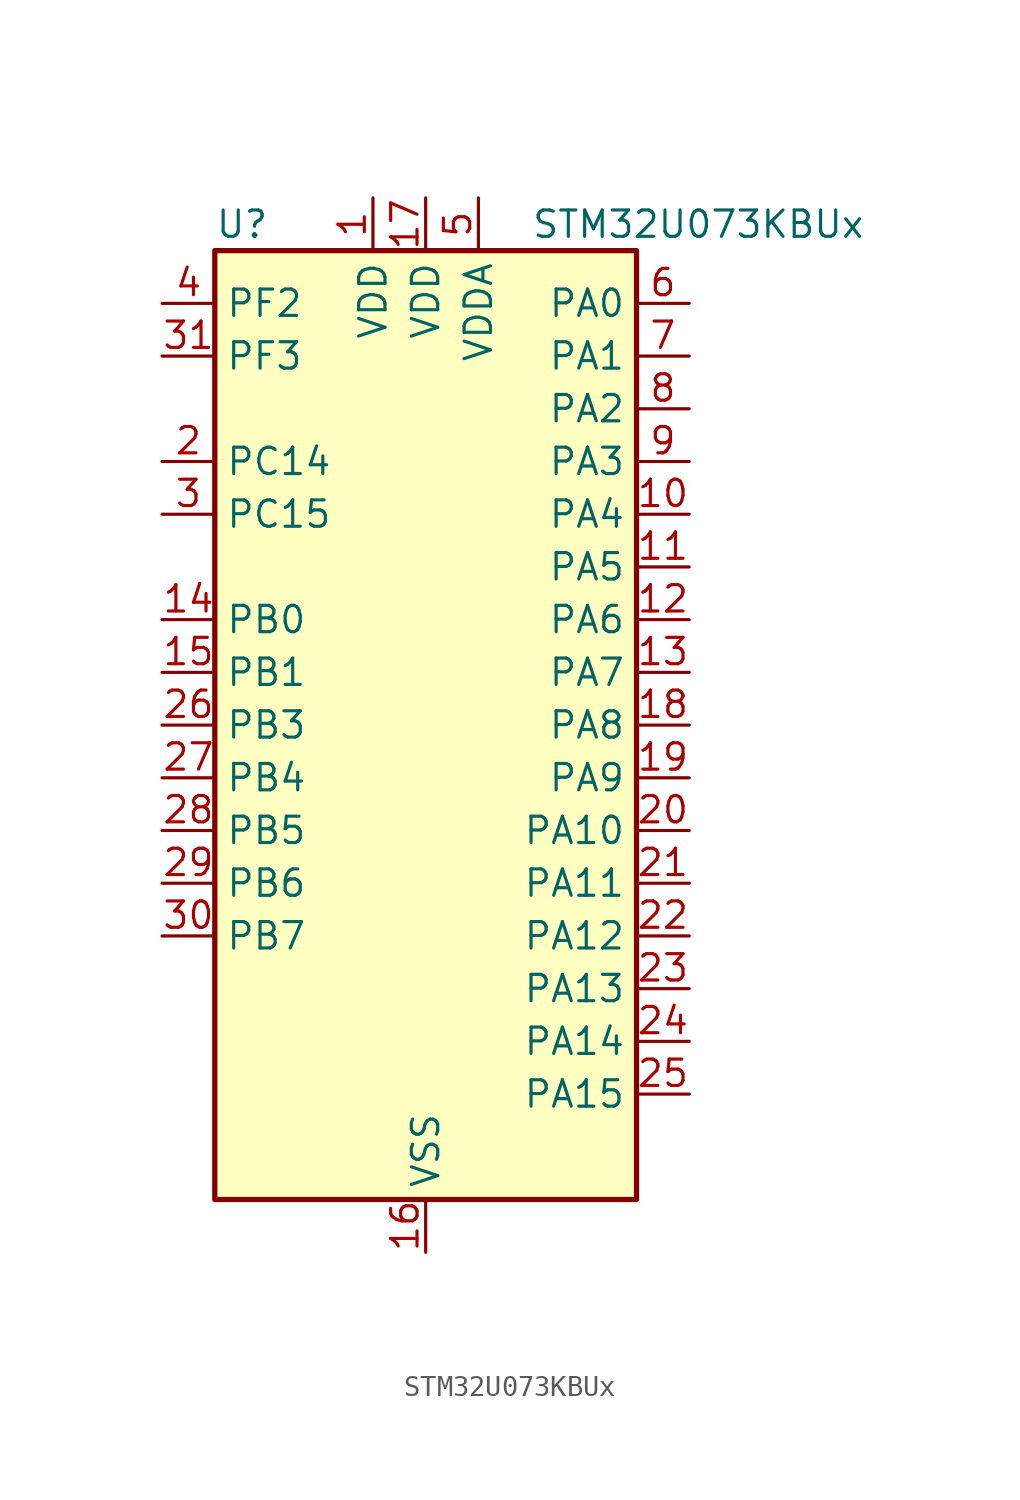
<source format=kicad_sym>
(kicad_symbol_lib
  (version 20231120)
  (generator "kicad_symbol_editor")
  (generator_version "8.99")
  (symbol "STM32U073KBUx"
    (property "Reference" "U"
      (at -10.16 24.13 0)
      (effects (font (size 1.27 1.27)) (justify left)))
    (property "Value" "STM32U073KBUx"
      (at 5.08 24.13 0)
      (effects (font (size 1.27 1.27)) (justify left)))
    (property "ki_locked" ""
      (at 0 0 0)
      (effects (font (size 1.27 1.27))))
    (symbol "STM32U073KBUx_0_1"
      (rectangle (start -10.16 -22.86) (end 10.16 22.86) (stroke (width 0.254) (type default)) (fill (type background))))
    (symbol "STM32U073KBUx_1_1"
      (pin power_in line (at -2.54 25.4 270) (length 2.54) (name "VDD" (effects (font (size 1.27 1.27)))) (number "1" (effects (font (size 1.27 1.27)))))
      (pin bidirectional line (at 12.7 10.16 180) (length 2.54) (name "PA4" (effects (font (size 1.27 1.27)))) (number "10" (effects (font (size 1.27 1.27)))) (alternate "ADC1_IN8" bidirectional line) (alternate "COMP1_INM" bidirectional line) (alternate "COMP2_INM" bidirectional line) (alternate "DAC1_OUT1" bidirectional line) (alternate "LCD_SEG43" bidirectional line) (alternate "LPTIM2_CH1" bidirectional line) (alternate "LPUART3_TX" bidirectional line) (alternate "SPI1_NSS" bidirectional line) (alternate "SPI3_NSS" bidirectional line) (alternate "USART2_CK" bidirectional line))
      (pin bidirectional line (at 12.7 7.62 180) (length 2.54) (name "PA5" (effects (font (size 1.27 1.27)))) (number "11" (effects (font (size 1.27 1.27)))) (alternate "ADC1_IN9" bidirectional line) (alternate "COMP1_INM" bidirectional line) (alternate "COMP2_INM" bidirectional line) (alternate "LCD_SEG44" bidirectional line) (alternate "LPTIM2_ETR" bidirectional line) (alternate "LPUART3_RX" bidirectional line) (alternate "SPI1_SCK" bidirectional line) (alternate "TIM2_CH1" bidirectional line) (alternate "TIM2_ETR" bidirectional line) (alternate "USART3_TX" bidirectional line))
      (pin bidirectional line (at 12.7 5.08 180) (length 2.54) (name "PA6" (effects (font (size 1.27 1.27)))) (number "12" (effects (font (size 1.27 1.27)))) (alternate "ADC1_IN10" bidirectional line) (alternate "COMP1_OUT" bidirectional line) (alternate "I2C2_SDA" bidirectional line) (alternate "I2C3_SDA" bidirectional line) (alternate "LCD_SEG3" bidirectional line) (alternate "LPUART1_CTS" bidirectional line) (alternate "SPI1_MISO" bidirectional line) (alternate "TIM16_CH1" bidirectional line) (alternate "TIM1_BKIN" bidirectional line) (alternate "TIM3_CH1" bidirectional line) (alternate "TSC_G5_IO1" bidirectional line) (alternate "USART3_CTS" bidirectional line))
      (pin bidirectional line (at 12.7 2.54 180) (length 2.54) (name "PA7" (effects (font (size 1.27 1.27)))) (number "13" (effects (font (size 1.27 1.27)))) (alternate "ADC1_IN14" bidirectional line) (alternate "COMP2_OUT" bidirectional line) (alternate "I2C2_SCL" bidirectional line) (alternate "I2C3_SCL" bidirectional line) (alternate "LCD_SEG4" bidirectional line) (alternate "LPTIM2_CH2" bidirectional line) (alternate "SPI1_MOSI" bidirectional line) (alternate "TIM1_CH1N" bidirectional line) (alternate "TIM3_CH2" bidirectional line) (alternate "USART3_RX" bidirectional line))
      (pin bidirectional line (at -12.7 5.08 0) (length 2.54) (name "PB0" (effects (font (size 1.27 1.27)))) (number "14" (effects (font (size 1.27 1.27)))) (alternate "ADC1_IN17" bidirectional line) (alternate "COMP1_OUT" bidirectional line) (alternate "LCD_SEG5" bidirectional line) (alternate "LPTIM3_CH1" bidirectional line) (alternate "LPUART2_CTS" bidirectional line) (alternate "SPI1_NSS" bidirectional line) (alternate "TIM1_CH2N" bidirectional line) (alternate "TIM3_CH3" bidirectional line) (alternate "TSC_G5_IO2" bidirectional line) (alternate "USART3_CK" bidirectional line))
      (pin bidirectional line (at -12.7 2.54 0) (length 2.54) (name "PB1" (effects (font (size 1.27 1.27)))) (number "15" (effects (font (size 1.27 1.27)))) (alternate "ADC1_IN18" bidirectional line) (alternate "COMP1_INM" bidirectional line) (alternate "LCD_SEG6" bidirectional line) (alternate "LPTIM2_IN1" bidirectional line) (alternate "LPTIM3_CH2" bidirectional line) (alternate "LPUART1_DE" bidirectional line) (alternate "LPUART1_RTS" bidirectional line) (alternate "LPUART2_DE" bidirectional line) (alternate "LPUART2_RTS" bidirectional line) (alternate "TIM1_CH3N" bidirectional line) (alternate "TIM3_CH4" bidirectional line) (alternate "TSC_SYNC" bidirectional line) (alternate "USART3_DE" bidirectional line) (alternate "USART3_RTS" bidirectional line))
      (pin power_in line (at 0 -25.4 90) (length 2.54) (name "VSS" (effects (font (size 1.27 1.27)))) (number "16" (effects (font (size 1.27 1.27)))))
      (pin power_in line (at 0 25.4 270) (length 2.54) (name "VDD" (effects (font (size 1.27 1.27)))) (number "17" (effects (font (size 1.27 1.27)))))
      (pin bidirectional line (at 12.7 0 180) (length 2.54) (name "PA8" (effects (font (size 1.27 1.27)))) (number "18" (effects (font (size 1.27 1.27)))) (alternate "LCD_COM0" bidirectional line) (alternate "LPTIM2_CH1" bidirectional line) (alternate "RCC_MCO" bidirectional line) (alternate "RCC_MCO2" bidirectional line) (alternate "TIM1_CH1" bidirectional line) (alternate "TSC_G7_IO1" bidirectional line) (alternate "USART1_CK" bidirectional line))
      (pin bidirectional line (at 12.7 -2.54 180) (length 2.54) (name "PA9" (effects (font (size 1.27 1.27)))) (number "19" (effects (font (size 1.27 1.27)))) (alternate "COMP1_INP" bidirectional line) (alternate "DAC1_EXTI9" bidirectional line) (alternate "I2C1_SCL" bidirectional line) (alternate "I2C2_SCL" bidirectional line) (alternate "LCD_COM1" bidirectional line) (alternate "RCC_MCO" bidirectional line) (alternate "TIM15_BKIN" bidirectional line) (alternate "TIM1_CH2" bidirectional line) (alternate "TSC_G7_IO2" bidirectional line) (alternate "USART1_TX" bidirectional line))
      (pin bidirectional line (at -12.7 12.7 0) (length 2.54) (name "PC14" (effects (font (size 1.27 1.27)))) (number "2" (effects (font (size 1.27 1.27)))) (alternate "RCC_OSC32_IN" bidirectional line))
      (pin bidirectional line (at 12.7 -5.08 180) (length 2.54) (name "PA10" (effects (font (size 1.27 1.27)))) (number "20" (effects (font (size 1.27 1.27)))) (alternate "CRS_SYNC" bidirectional line) (alternate "I2C1_SDA" bidirectional line) (alternate "I2C2_SDA" bidirectional line) (alternate "LCD_COM2" bidirectional line) (alternate "RCC_MCO2" bidirectional line) (alternate "SPI2_NSS" bidirectional line) (alternate "TIM1_CH3" bidirectional line) (alternate "TSC_G7_IO3" bidirectional line) (alternate "USART1_RX" bidirectional line))
      (pin bidirectional line (at 12.7 -7.62 180) (length 2.54) (name "PA11" (effects (font (size 1.27 1.27)))) (number "21" (effects (font (size 1.27 1.27)))) (alternate "ADC1_EXTI11" bidirectional line) (alternate "COMP1_OUT" bidirectional line) (alternate "SPI1_MISO" bidirectional line) (alternate "SPI2_MISO" bidirectional line) (alternate "TIM1_BKIN2" bidirectional line) (alternate "TIM1_CH4" bidirectional line) (alternate "USART1_CTS" bidirectional line) (alternate "USB_DM" bidirectional line))
      (pin bidirectional line (at 12.7 -10.16 180) (length 2.54) (name "PA12" (effects (font (size 1.27 1.27)))) (number "22" (effects (font (size 1.27 1.27)))) (alternate "SPI1_MOSI" bidirectional line) (alternate "SPI2_MOSI" bidirectional line) (alternate "TIM1_ETR" bidirectional line) (alternate "USART1_DE" bidirectional line) (alternate "USART1_RTS" bidirectional line) (alternate "USB_DP" bidirectional line))
      (pin bidirectional line (at 12.7 -12.7 180) (length 2.54) (name "PA13" (effects (font (size 1.27 1.27)))) (number "23" (effects (font (size 1.27 1.27)))) (alternate "DEBUG_JTMS-SWDIO" bidirectional line) (alternate "IR_OUT" bidirectional line) (alternate "LCD_SEG40" bidirectional line) (alternate "TSC_G7_IO4" bidirectional line) (alternate "USB_NOE" bidirectional line))
      (pin bidirectional line (at 12.7 -15.24 180) (length 2.54) (name "PA14" (effects (font (size 1.27 1.27)))) (number "24" (effects (font (size 1.27 1.27)))) (alternate "DEBUG_JTCK-SWCLK" bidirectional line) (alternate "LCD_SEG41" bidirectional line) (alternate "LPTIM1_CH1" bidirectional line) (alternate "TSC_G3_IO4" bidirectional line))
      (pin bidirectional line (at 12.7 -17.78 180) (length 2.54) (name "PA15" (effects (font (size 1.27 1.27)))) (number "25" (effects (font (size 1.27 1.27)))) (alternate "DEBUG_JTDI" bidirectional line) (alternate "LCD_SEG17" bidirectional line) (alternate "LPTIM3_CH3" bidirectional line) (alternate "LPTIM3_IN2" bidirectional line) (alternate "SPI1_NSS" bidirectional line) (alternate "SPI3_NSS" bidirectional line) (alternate "TIM2_CH1" bidirectional line) (alternate "TIM2_ETR" bidirectional line) (alternate "TSC_G3_IO1" bidirectional line) (alternate "USART2_RX" bidirectional line) (alternate "USART3_DE" bidirectional line) (alternate "USART3_RTS" bidirectional line) (alternate "USART4_DE" bidirectional line) (alternate "USART4_RTS" bidirectional line))
      (pin bidirectional line (at -12.7 0 0) (length 2.54) (name "PB3" (effects (font (size 1.27 1.27)))) (number "26" (effects (font (size 1.27 1.27)))) (alternate "COMP2_INM" bidirectional line) (alternate "DEBUG_JTDO-SWO" bidirectional line) (alternate "I2C2_SCL" bidirectional line) (alternate "I2C3_SCL" bidirectional line) (alternate "LCD_SEG7" bidirectional line) (alternate "LPTIM1_CH3" bidirectional line) (alternate "SPI1_SCK" bidirectional line) (alternate "SPI3_SCK" bidirectional line) (alternate "TIM2_CH2" bidirectional line) (alternate "USART1_DE" bidirectional line) (alternate "USART1_RTS" bidirectional line))
      (pin bidirectional line (at -12.7 -2.54 0) (length 2.54) (name "PB4" (effects (font (size 1.27 1.27)))) (number "27" (effects (font (size 1.27 1.27)))) (alternate "COMP2_INP" bidirectional line) (alternate "I2C2_SDA" bidirectional line) (alternate "I2C3_SDA" bidirectional line) (alternate "LCD_SEG8" bidirectional line) (alternate "LPTIM1_CH4" bidirectional line) (alternate "LPUART3_DE" bidirectional line) (alternate "LPUART3_RTS" bidirectional line) (alternate "SPI1_MISO" bidirectional line) (alternate "SPI3_MISO" bidirectional line) (alternate "TIM3_CH1" bidirectional line) (alternate "TSC_G2_IO1" bidirectional line) (alternate "USART1_CTS" bidirectional line))
      (pin bidirectional line (at -12.7 -5.08 0) (length 2.54) (name "PB5" (effects (font (size 1.27 1.27)))) (number "28" (effects (font (size 1.27 1.27)))) (alternate "COMP2_OUT" bidirectional line) (alternate "LCD_SEG9" bidirectional line) (alternate "LPTIM1_IN1" bidirectional line) (alternate "LPUART3_CTS" bidirectional line) (alternate "SPI1_MOSI" bidirectional line) (alternate "SPI3_MOSI" bidirectional line) (alternate "TIM16_BKIN" bidirectional line) (alternate "TIM3_CH2" bidirectional line) (alternate "TSC_G2_IO2" bidirectional line) (alternate "USART1_CK" bidirectional line))
      (pin bidirectional line (at -12.7 -7.62 0) (length 2.54) (name "PB6" (effects (font (size 1.27 1.27)))) (number "29" (effects (font (size 1.27 1.27)))) (alternate "COMP2_INP" bidirectional line) (alternate "I2C1_SCL" bidirectional line) (alternate "I2C2_SCL" bidirectional line) (alternate "I2C4_SCL" bidirectional line) (alternate "LPTIM1_ETR" bidirectional line) (alternate "LPUART2_TX" bidirectional line) (alternate "LPUART3_TX" bidirectional line) (alternate "TIM16_CH1N" bidirectional line) (alternate "TSC_G2_IO3" bidirectional line) (alternate "USART1_TX" bidirectional line))
      (pin bidirectional line (at -12.7 10.16 0) (length 2.54) (name "PC15" (effects (font (size 1.27 1.27)))) (number "3" (effects (font (size 1.27 1.27)))) (alternate "RCC_OSC32_EN" bidirectional line) (alternate "RCC_OSC32_OUT" bidirectional line) (alternate "RCC_OSC_EN" bidirectional line))
      (pin bidirectional line (at -12.7 -10.16 0) (length 2.54) (name "PB7" (effects (font (size 1.27 1.27)))) (number "30" (effects (font (size 1.27 1.27)))) (alternate "COMP2_INM" bidirectional line) (alternate "I2C1_SDA" bidirectional line) (alternate "I2C2_SDA" bidirectional line) (alternate "I2C4_SDA" bidirectional line) (alternate "LCD_SEG21" bidirectional line) (alternate "LPTIM1_IN2" bidirectional line) (alternate "LPUART2_RX" bidirectional line) (alternate "LPUART3_RX" bidirectional line) (alternate "PWR_PVD_IN" bidirectional line) (alternate "TSC_G2_IO4" bidirectional line) (alternate "USART1_RX" bidirectional line) (alternate "USART4_CTS" bidirectional line))
      (pin bidirectional line (at -12.7 17.78 0) (length 2.54) (name "PF3" (effects (font (size 1.27 1.27)))) (number "31" (effects (font (size 1.27 1.27)))))
      (pin passive line (at 0 -25.4 90) (length 2.54) hide (name "VSS" (effects (font (size 1.27 1.27)))) (number "32" (effects (font (size 1.27 1.27)))))
      (pin passive line (at 0 -25.4 90) (length 2.54) hide (name "VSS" (effects (font (size 1.27 1.27)))) (number "33" (effects (font (size 1.27 1.27)))))
      (pin bidirectional line (at -12.7 20.32 0) (length 2.54) (name "PF2" (effects (font (size 1.27 1.27)))) (number "4" (effects (font (size 1.27 1.27)))) (alternate "RCC_MCO" bidirectional line))
      (pin power_in line (at 2.54 25.4 270) (length 2.54) (name "VDDA" (effects (font (size 1.27 1.27)))) (number "5" (effects (font (size 1.27 1.27)))))
      (pin bidirectional line (at 12.7 20.32 180) (length 2.54) (name "PA0" (effects (font (size 1.27 1.27)))) (number "6" (effects (font (size 1.27 1.27)))) (alternate "ADC1_IN4" bidirectional line) (alternate "COMP1_INM" bidirectional line) (alternate "COMP1_OUT" bidirectional line) (alternate "LCD_SEG42" bidirectional line) (alternate "OPAMP1_VINP" bidirectional line) (alternate "PWR_WKUP1" bidirectional line) (alternate "TAMP_IN2" bidirectional line) (alternate "TIM2_CH1" bidirectional line) (alternate "TIM2_ETR" bidirectional line) (alternate "USART2_CTS" bidirectional line) (alternate "USART4_TX" bidirectional line))
      (pin bidirectional line (at 12.7 17.78 180) (length 2.54) (name "PA1" (effects (font (size 1.27 1.27)))) (number "7" (effects (font (size 1.27 1.27)))) (alternate "ADC1_IN5" bidirectional line) (alternate "COMP1_INP" bidirectional line) (alternate "LCD_SEG0" bidirectional line) (alternate "LPTIM1_CH2" bidirectional line) (alternate "OPAMP1_VINM" bidirectional line) (alternate "PWR_WKUP3" bidirectional line) (alternate "SPI1_SCK" bidirectional line) (alternate "SPI2_SCK" bidirectional line) (alternate "TAMP_IN5" bidirectional line) (alternate "TIM15_CH1N" bidirectional line) (alternate "TIM2_CH2" bidirectional line) (alternate "USART2_DE" bidirectional line) (alternate "USART2_RTS" bidirectional line) (alternate "USART4_RX" bidirectional line))
      (pin bidirectional line (at 12.7 15.24 180) (length 2.54) (name "PA2" (effects (font (size 1.27 1.27)))) (number "8" (effects (font (size 1.27 1.27)))) (alternate "ADC1_IN6" bidirectional line) (alternate "COMP2_INM" bidirectional line) (alternate "COMP2_OUT" bidirectional line) (alternate "LCD_SEG1" bidirectional line) (alternate "LPUART1_TX" bidirectional line) (alternate "PWR_WKUP4" bidirectional line) (alternate "RCC_LSCO" bidirectional line) (alternate "TIM15_CH1" bidirectional line) (alternate "TIM2_CH3" bidirectional line) (alternate "USART2_TX" bidirectional line))
      (pin bidirectional line (at 12.7 12.7 180) (length 2.54) (name "PA3" (effects (font (size 1.27 1.27)))) (number "9" (effects (font (size 1.27 1.27)))) (alternate "ADC1_IN7" bidirectional line) (alternate "COMP2_INP" bidirectional line) (alternate "LCD_SEG2" bidirectional line) (alternate "LPUART1_RX" bidirectional line) (alternate "OPAMP1_VOUT" bidirectional line) (alternate "TIM15_CH2" bidirectional line) (alternate "TIM2_CH4" bidirectional line) (alternate "USART2_RX" bidirectional line)))))
</source>
